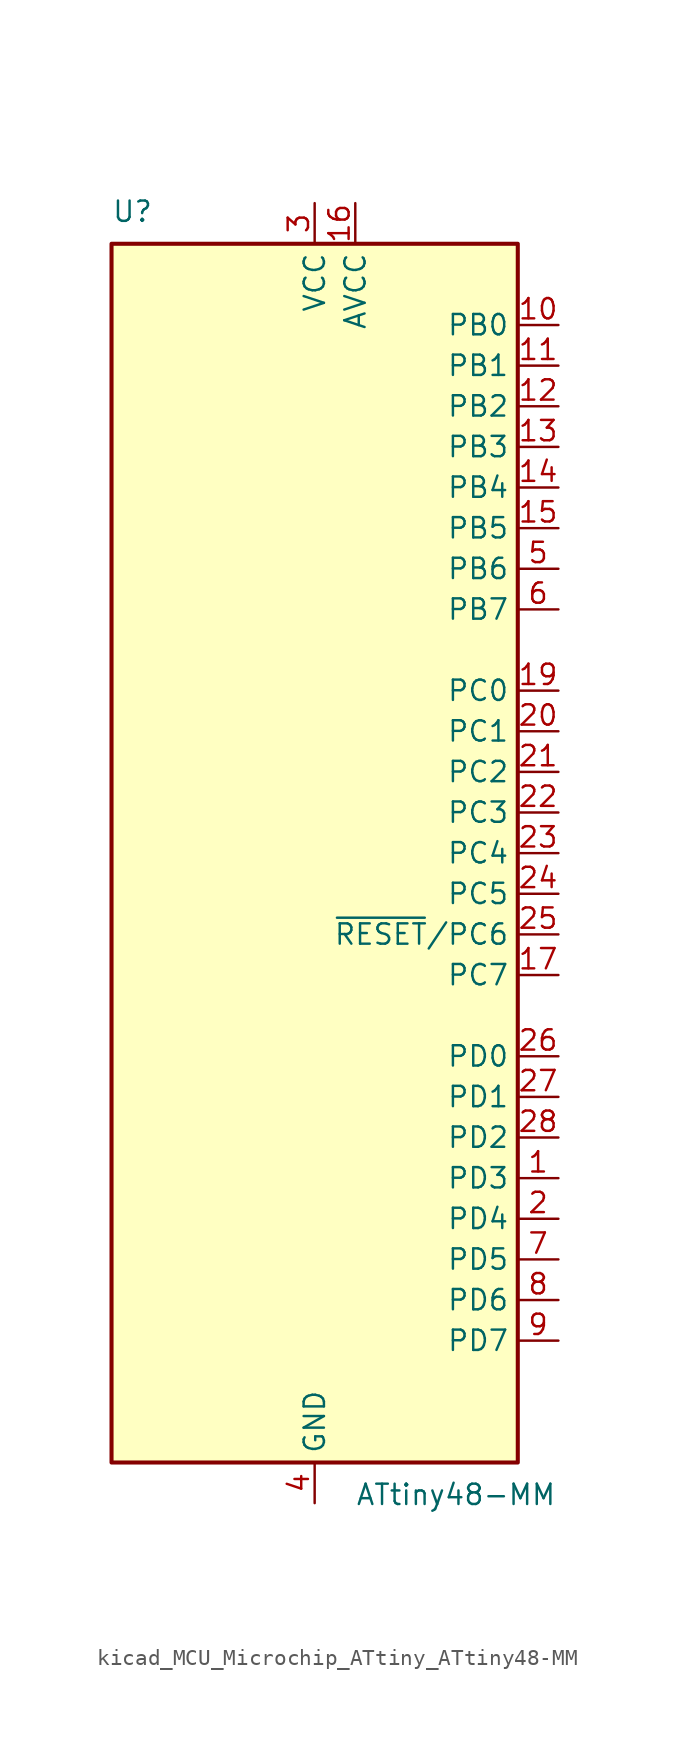
<source format=kicad_sym>
(kicad_symbol_lib
  (version 20220914)
  (generator kicad_symbol_editor)
  (symbol "kicad_MCU_Microchip_ATtiny_ATtiny48-MM"
    (property "Reference" "U"
      (at -12.7 39.37 0)
      (effects (font (size 1.27 1.27)) (justify left bottom)))
    (property "Value" "ATtiny48-MM"
      (at 2.54 -39.37 0)
      (effects (font (size 1.27 1.27)) (justify left top)))
    (symbol "kicad_MCU_Microchip_ATtiny_ATtiny48-MM_0_1"
      (rectangle (start -12.7 -38.1) (end 12.7 38.1) (stroke (width 0.254) (type default)) (fill (type background))))
    (symbol "kicad_MCU_Microchip_ATtiny_ATtiny48-MM_1_1"
      (pin bidirectional line (at 15.24 -20.32 180) (length 2.54) (name "PD3" (effects (font (size 1.27 1.27)))) (number "1" (effects (font (size 1.27 1.27)))))
      (pin bidirectional line (at 15.24 33.02 180) (length 2.54) (name "PB0" (effects (font (size 1.27 1.27)))) (number "10" (effects (font (size 1.27 1.27)))))
      (pin bidirectional line (at 15.24 30.48 180) (length 2.54) (name "PB1" (effects (font (size 1.27 1.27)))) (number "11" (effects (font (size 1.27 1.27)))))
      (pin bidirectional line (at 15.24 27.94 180) (length 2.54) (name "PB2" (effects (font (size 1.27 1.27)))) (number "12" (effects (font (size 1.27 1.27)))))
      (pin bidirectional line (at 15.24 25.4 180) (length 2.54) (name "PB3" (effects (font (size 1.27 1.27)))) (number "13" (effects (font (size 1.27 1.27)))))
      (pin bidirectional line (at 15.24 22.86 180) (length 2.54) (name "PB4" (effects (font (size 1.27 1.27)))) (number "14" (effects (font (size 1.27 1.27)))))
      (pin bidirectional line (at 15.24 20.32 180) (length 2.54) (name "PB5" (effects (font (size 1.27 1.27)))) (number "15" (effects (font (size 1.27 1.27)))))
      (pin power_in line (at 2.54 40.64 270) (length 2.54) (name "AVCC" (effects (font (size 1.27 1.27)))) (number "16" (effects (font (size 1.27 1.27)))))
      (pin bidirectional line (at 15.24 -7.62 180) (length 2.54) (name "PC7" (effects (font (size 1.27 1.27)))) (number "17" (effects (font (size 1.27 1.27)))))
      (pin passive line (at 0 -40.64 90) (length 2.54) hide (name "GND" (effects (font (size 1.27 1.27)))) (number "18" (effects (font (size 1.27 1.27)))))
      (pin bidirectional line (at 15.24 10.16 180) (length 2.54) (name "PC0" (effects (font (size 1.27 1.27)))) (number "19" (effects (font (size 1.27 1.27)))))
      (pin bidirectional line (at 15.24 -22.86 180) (length 2.54) (name "PD4" (effects (font (size 1.27 1.27)))) (number "2" (effects (font (size 1.27 1.27)))))
      (pin bidirectional line (at 15.24 7.62 180) (length 2.54) (name "PC1" (effects (font (size 1.27 1.27)))) (number "20" (effects (font (size 1.27 1.27)))))
      (pin bidirectional line (at 15.24 5.08 180) (length 2.54) (name "PC2" (effects (font (size 1.27 1.27)))) (number "21" (effects (font (size 1.27 1.27)))))
      (pin bidirectional line (at 15.24 2.54 180) (length 2.54) (name "PC3" (effects (font (size 1.27 1.27)))) (number "22" (effects (font (size 1.27 1.27)))))
      (pin bidirectional line (at 15.24 0 180) (length 2.54) (name "PC4" (effects (font (size 1.27 1.27)))) (number "23" (effects (font (size 1.27 1.27)))))
      (pin bidirectional line (at 15.24 -2.54 180) (length 2.54) (name "PC5" (effects (font (size 1.27 1.27)))) (number "24" (effects (font (size 1.27 1.27)))))
      (pin bidirectional line (at 15.24 -5.08 180) (length 2.54) (name "~{RESET}/PC6" (effects (font (size 1.27 1.27)))) (number "25" (effects (font (size 1.27 1.27)))))
      (pin bidirectional line (at 15.24 -12.7 180) (length 2.54) (name "PD0" (effects (font (size 1.27 1.27)))) (number "26" (effects (font (size 1.27 1.27)))))
      (pin bidirectional line (at 15.24 -15.24 180) (length 2.54) (name "PD1" (effects (font (size 1.27 1.27)))) (number "27" (effects (font (size 1.27 1.27)))))
      (pin bidirectional line (at 15.24 -17.78 180) (length 2.54) (name "PD2" (effects (font (size 1.27 1.27)))) (number "28" (effects (font (size 1.27 1.27)))))
      (pin passive line (at 0 -40.64 90) (length 2.54) hide (name "GND" (effects (font (size 1.27 1.27)))) (number "29" (effects (font (size 1.27 1.27)))))
      (pin power_in line (at 0 40.64 270) (length 2.54) (name "VCC" (effects (font (size 1.27 1.27)))) (number "3" (effects (font (size 1.27 1.27)))))
      (pin power_in line (at 0 -40.64 90) (length 2.54) (name "GND" (effects (font (size 1.27 1.27)))) (number "4" (effects (font (size 1.27 1.27)))))
      (pin bidirectional line (at 15.24 17.78 180) (length 2.54) (name "PB6" (effects (font (size 1.27 1.27)))) (number "5" (effects (font (size 1.27 1.27)))))
      (pin bidirectional line (at 15.24 15.24 180) (length 2.54) (name "PB7" (effects (font (size 1.27 1.27)))) (number "6" (effects (font (size 1.27 1.27)))))
      (pin bidirectional line (at 15.24 -25.4 180) (length 2.54) (name "PD5" (effects (font (size 1.27 1.27)))) (number "7" (effects (font (size 1.27 1.27)))))
      (pin bidirectional line (at 15.24 -27.94 180) (length 2.54) (name "PD6" (effects (font (size 1.27 1.27)))) (number "8" (effects (font (size 1.27 1.27)))))
      (pin bidirectional line (at 15.24 -30.48 180) (length 2.54) (name "PD7" (effects (font (size 1.27 1.27)))) (number "9" (effects (font (size 1.27 1.27))))))))
</source>
